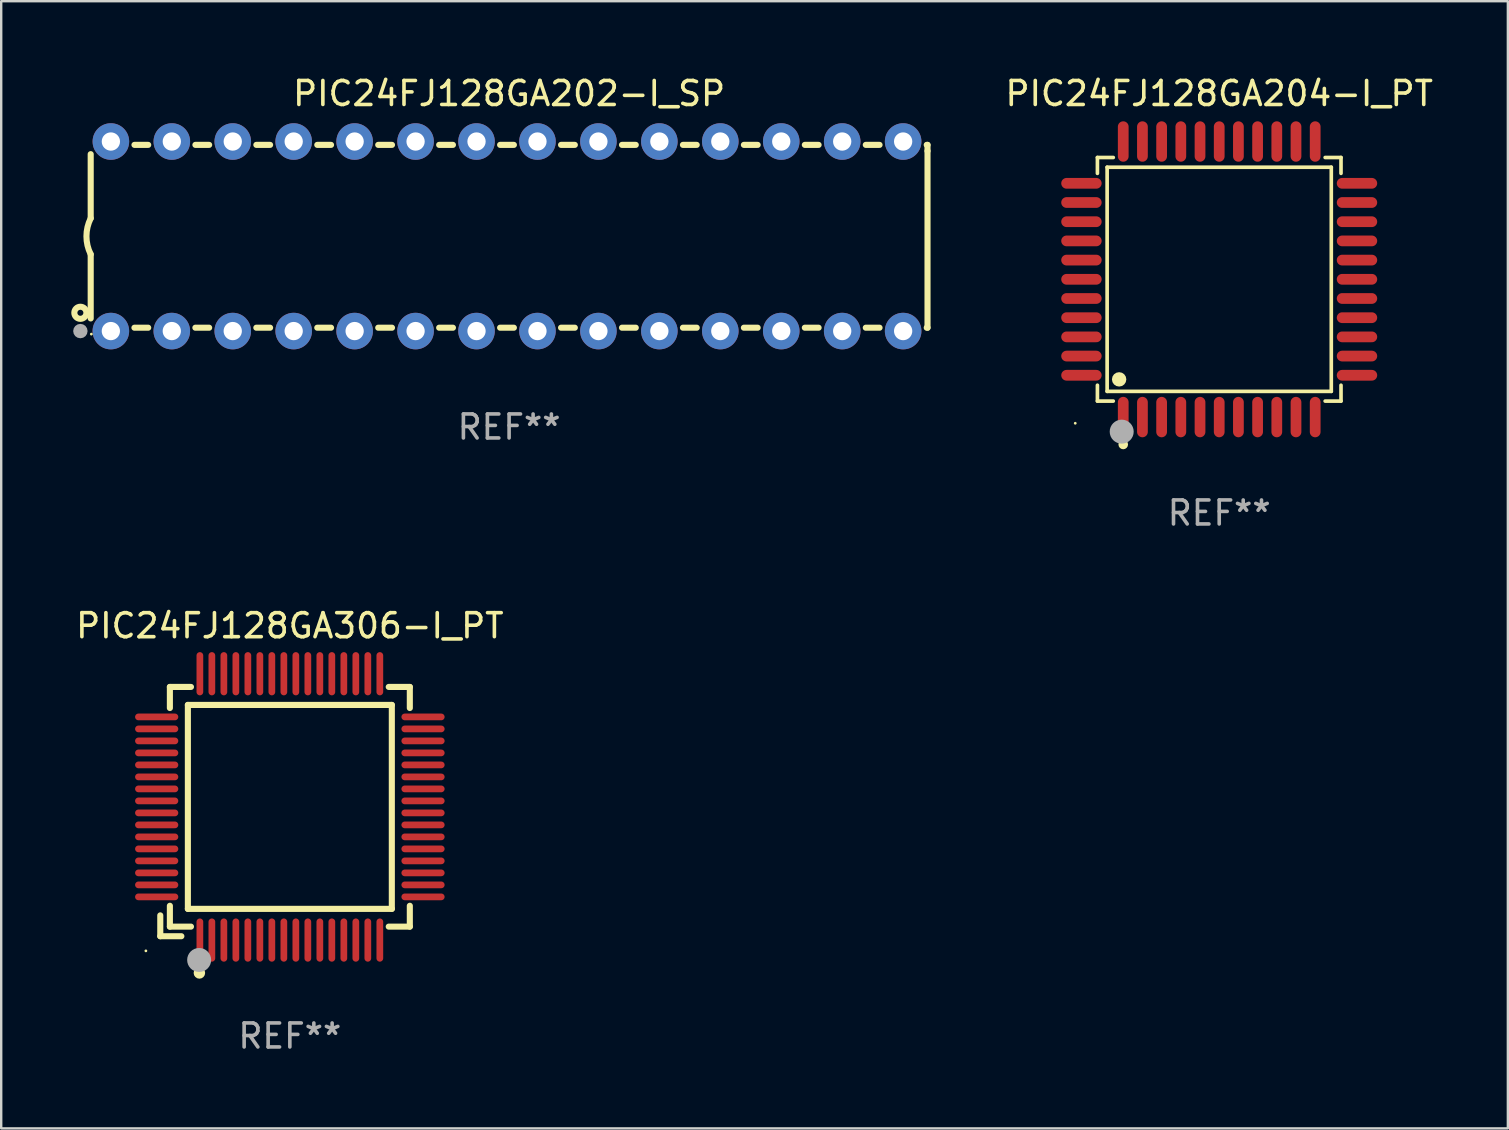
<source format=kicad_pcb>
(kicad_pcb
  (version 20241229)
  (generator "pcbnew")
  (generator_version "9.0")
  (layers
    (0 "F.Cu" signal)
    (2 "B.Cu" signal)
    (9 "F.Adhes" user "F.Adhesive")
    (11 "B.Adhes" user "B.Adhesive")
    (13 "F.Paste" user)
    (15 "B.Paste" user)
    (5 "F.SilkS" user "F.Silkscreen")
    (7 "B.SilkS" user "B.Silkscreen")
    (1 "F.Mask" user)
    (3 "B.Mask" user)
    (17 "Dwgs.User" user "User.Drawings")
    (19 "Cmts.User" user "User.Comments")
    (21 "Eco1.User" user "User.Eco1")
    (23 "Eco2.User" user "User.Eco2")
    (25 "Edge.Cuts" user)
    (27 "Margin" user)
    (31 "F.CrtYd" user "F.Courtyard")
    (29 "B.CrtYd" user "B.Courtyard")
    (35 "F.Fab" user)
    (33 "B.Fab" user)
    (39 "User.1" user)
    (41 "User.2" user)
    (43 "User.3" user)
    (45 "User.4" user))
  (footprint "PIC24FJ128GA306-I_PT"
    (layer "F.Cu")
    (at 9.03 30.579)
    (property "Reference" "PIC24FJ128GA306-I_PT" (at 0 -7.55 0) (layer "F.SilkS") (effects (font (size 1 1) (thickness 0.15))))
    (attr through_hole)
    (fp_line (start -5.4 4.521) (end -5.4 5.39) (stroke (width 0.254) (type solid)) (layer "F.SilkS"))
    (fp_line (start -5.4 5.39) (end -4.521 5.39) (stroke (width 0.254) (type solid)) (layer "F.SilkS"))
    (fp_line (start -5 -5) (end -5 -4.121) (stroke (width 0.254) (type solid)) (layer "F.SilkS"))
    (fp_line (start -5 4.121) (end -5 4.99) (stroke (width 0.254) (type solid)) (layer "F.SilkS"))
    (fp_line (start -5 4.99) (end -4.121 4.99) (stroke (width 0.254) (type solid)) (layer "F.SilkS"))
    (fp_line (start -4.25 -4.25) (end -4.25 4.25) (stroke (width 0.254) (type solid)) (layer "F.SilkS"))
    (fp_line (start -4.25 4.25) (end 4.25 4.25) (stroke (width 0.254) (type solid)) (layer "F.SilkS"))
    (fp_line (start -4.121 -5) (end -5 -5) (stroke (width 0.254) (type solid)) (layer "F.SilkS"))
    (fp_line (start 4.121 4.99) (end 5 4.99) (stroke (width 0.254) (type solid)) (layer "F.SilkS"))
    (fp_line (start 4.25 -4.25) (end -4.25 -4.25) (stroke (width 0.254) (type solid)) (layer "F.SilkS"))
    (fp_line (start 4.25 4.25) (end 4.25 -4.25) (stroke (width 0.254) (type solid)) (layer "F.SilkS"))
    (fp_line (start 5 -5) (end 4.121 -5) (stroke (width 0.254) (type solid)) (layer "F.SilkS"))
    (fp_line (start 5 -4.121) (end 5 -5) (stroke (width 0.254) (type solid)) (layer "F.SilkS"))
    (fp_line (start 5 4.99) (end 5 4.121) (stroke (width 0.254) (type solid)) (layer "F.SilkS"))
    (fp_circle (center -6 6) (end -5.97 6) (stroke (width 0.06) (type solid)) (fill no) (layer "F.SilkS"))
    (fp_circle (center -3.77 6.92) (end -3.65 6.92) (stroke (width 0.24) (type solid)) (fill no) (layer "F.SilkS"))
    (fp_circle (center -3.78 6.38) (end -3.53 6.38) (stroke (width 0.5) (type solid)) (fill no) (layer "F.Fab"))
    (fp_text user "REF**" (at 0 9.55 0) (layer "F.Fab") (effects (font (size 1 1) (thickness 0.15))))
    (pad "1" smd oval (at -3.75 5.55) (size 0.28 1.8) (layers "F.Cu" "F.Mask" "F.Paste"))
    (pad "2" smd oval (at -3.25 5.55) (size 0.28 1.8) (layers "F.Cu" "F.Mask" "F.Paste"))
    (pad "3" smd oval (at -2.75 5.55) (size 0.28 1.8) (layers "F.Cu" "F.Mask" "F.Paste"))
    (pad "4" smd oval (at -2.25 5.55) (size 0.28 1.8) (layers "F.Cu" "F.Mask" "F.Paste"))
    (pad "5" smd oval (at -1.75 5.55) (size 0.28 1.8) (layers "F.Cu" "F.Mask" "F.Paste"))
    (pad "6" smd oval (at -1.25 5.55) (size 0.28 1.8) (layers "F.Cu" "F.Mask" "F.Paste"))
    (pad "7" smd oval (at -0.75 5.55) (size 0.28 1.8) (layers "F.Cu" "F.Mask" "F.Paste"))
    (pad "8" smd oval (at -0.25 5.55) (size 0.28 1.8) (layers "F.Cu" "F.Mask" "F.Paste"))
    (pad "9" smd oval (at 0.25 5.55) (size 0.28 1.8) (layers "F.Cu" "F.Mask" "F.Paste"))
    (pad "10" smd oval (at 0.75 5.55) (size 0.28 1.8) (layers "F.Cu" "F.Mask" "F.Paste"))
    (pad "11" smd oval (at 1.25 5.55) (size 0.28 1.8) (layers "F.Cu" "F.Mask" "F.Paste"))
    (pad "12" smd oval (at 1.75 5.55) (size 0.28 1.8) (layers "F.Cu" "F.Mask" "F.Paste"))
    (pad "13" smd oval (at 2.25 5.55) (size 0.28 1.8) (layers "F.Cu" "F.Mask" "F.Paste"))
    (pad "14" smd oval (at 2.75 5.55) (size 0.28 1.8) (layers "F.Cu" "F.Mask" "F.Paste"))
    (pad "15" smd oval (at 3.25 5.55) (size 0.28 1.8) (layers "F.Cu" "F.Mask" "F.Paste"))
    (pad "16" smd oval (at 3.75 5.55) (size 0.28 1.8) (layers "F.Cu" "F.Mask" "F.Paste"))
    (pad "17" smd oval (at 5.55 3.75) (size 1.8 0.28) (layers "F.Cu" "F.Mask" "F.Paste"))
    (pad "18" smd oval (at 5.55 3.25) (size 1.8 0.28) (layers "F.Cu" "F.Mask" "F.Paste"))
    (pad "19" smd oval (at 5.55 2.75) (size 1.8 0.28) (layers "F.Cu" "F.Mask" "F.Paste"))
    (pad "20" smd oval (at 5.55 2.25) (size 1.8 0.28) (layers "F.Cu" "F.Mask" "F.Paste"))
    (pad "21" smd oval (at 5.55 1.75) (size 1.8 0.28) (layers "F.Cu" "F.Mask" "F.Paste"))
    (pad "22" smd oval (at 5.55 1.25) (size 1.8 0.28) (layers "F.Cu" "F.Mask" "F.Paste"))
    (pad "23" smd oval (at 5.55 0.75) (size 1.8 0.28) (layers "F.Cu" "F.Mask" "F.Paste"))
    (pad "24" smd oval (at 5.55 0.25) (size 1.8 0.28) (layers "F.Cu" "F.Mask" "F.Paste"))
    (pad "25" smd oval (at 5.55 -0.25) (size 1.8 0.28) (layers "F.Cu" "F.Mask" "F.Paste"))
    (pad "26" smd oval (at 5.55 -0.75) (size 1.8 0.28) (layers "F.Cu" "F.Mask" "F.Paste"))
    (pad "27" smd oval (at 5.55 -1.25) (size 1.8 0.28) (layers "F.Cu" "F.Mask" "F.Paste"))
    (pad "28" smd oval (at 5.55 -1.75) (size 1.8 0.28) (layers "F.Cu" "F.Mask" "F.Paste"))
    (pad "29" smd oval (at 5.55 -2.25) (size 1.8 0.28) (layers "F.Cu" "F.Mask" "F.Paste"))
    (pad "30" smd oval (at 5.55 -2.75) (size 1.8 0.28) (layers "F.Cu" "F.Mask" "F.Paste"))
    (pad "31" smd oval (at 5.55 -3.25) (size 1.8 0.28) (layers "F.Cu" "F.Mask" "F.Paste"))
    (pad "32" smd oval (at 5.55 -3.75) (size 1.8 0.28) (layers "F.Cu" "F.Mask" "F.Paste"))
    (pad "33" smd oval (at 3.75 -5.55) (size 0.28 1.8) (layers "F.Cu" "F.Mask" "F.Paste"))
    (pad "34" smd oval (at 3.25 -5.55) (size 0.28 1.8) (layers "F.Cu" "F.Mask" "F.Paste"))
    (pad "35" smd oval (at 2.75 -5.55) (size 0.28 1.8) (layers "F.Cu" "F.Mask" "F.Paste"))
    (pad "36" smd oval (at 2.25 -5.55) (size 0.28 1.8) (layers "F.Cu" "F.Mask" "F.Paste"))
    (pad "37" smd oval (at 1.75 -5.55) (size 0.28 1.8) (layers "F.Cu" "F.Mask" "F.Paste"))
    (pad "38" smd oval (at 1.25 -5.55) (size 0.28 1.8) (layers "F.Cu" "F.Mask" "F.Paste"))
    (pad "39" smd oval (at 0.75 -5.55) (size 0.28 1.8) (layers "F.Cu" "F.Mask" "F.Paste"))
    (pad "40" smd oval (at 0.25 -5.55) (size 0.28 1.8) (layers "F.Cu" "F.Mask" "F.Paste"))
    (pad "41" smd oval (at -0.25 -5.55) (size 0.28 1.8) (layers "F.Cu" "F.Mask" "F.Paste"))
    (pad "42" smd oval (at -0.75 -5.55) (size 0.28 1.8) (layers "F.Cu" "F.Mask" "F.Paste"))
    (pad "43" smd oval (at -1.25 -5.55) (size 0.28 1.8) (layers "F.Cu" "F.Mask" "F.Paste"))
    (pad "44" smd oval (at -1.75 -5.55) (size 0.28 1.8) (layers "F.Cu" "F.Mask" "F.Paste"))
    (pad "45" smd oval (at -2.25 -5.55) (size 0.28 1.8) (layers "F.Cu" "F.Mask" "F.Paste"))
    (pad "46" smd oval (at -2.75 -5.55) (size 0.28 1.8) (layers "F.Cu" "F.Mask" "F.Paste"))
    (pad "47" smd oval (at -3.25 -5.55) (size 0.28 1.8) (layers "F.Cu" "F.Mask" "F.Paste"))
    (pad "48" smd oval (at -3.75 -5.55) (size 0.28 1.8) (layers "F.Cu" "F.Mask" "F.Paste"))
    (pad "49" smd oval (at -5.55 -3.75) (size 1.8 0.28) (layers "F.Cu" "F.Mask" "F.Paste"))
    (pad "50" smd oval (at -5.55 -3.25) (size 1.8 0.28) (layers "F.Cu" "F.Mask" "F.Paste"))
    (pad "51" smd oval (at -5.55 -2.75) (size 1.8 0.28) (layers "F.Cu" "F.Mask" "F.Paste"))
    (pad "52" smd oval (at -5.55 -2.25) (size 1.8 0.28) (layers "F.Cu" "F.Mask" "F.Paste"))
    (pad "53" smd oval (at -5.55 -1.75) (size 1.8 0.28) (layers "F.Cu" "F.Mask" "F.Paste"))
    (pad "54" smd oval (at -5.55 -1.25) (size 1.8 0.28) (layers "F.Cu" "F.Mask" "F.Paste"))
    (pad "55" smd oval (at -5.55 -0.75) (size 1.8 0.28) (layers "F.Cu" "F.Mask" "F.Paste"))
    (pad "56" smd oval (at -5.55 -0.25) (size 1.8 0.28) (layers "F.Cu" "F.Mask" "F.Paste"))
    (pad "57" smd oval (at -5.55 0.25) (size 1.8 0.28) (layers "F.Cu" "F.Mask" "F.Paste"))
    (pad "58" smd oval (at -5.55 0.75) (size 1.8 0.28) (layers "F.Cu" "F.Mask" "F.Paste"))
    (pad "59" smd oval (at -5.55 1.25) (size 1.8 0.28) (layers "F.Cu" "F.Mask" "F.Paste"))
    (pad "60" smd oval (at -5.55 1.75) (size 1.8 0.28) (layers "F.Cu" "F.Mask" "F.Paste"))
    (pad "61" smd oval (at -5.55 2.25) (size 1.8 0.28) (layers "F.Cu" "F.Mask" "F.Paste"))
    (pad "62" smd oval (at -5.55 2.75) (size 1.8 0.28) (layers "F.Cu" "F.Mask" "F.Paste"))
    (pad "63" smd oval (at -5.55 3.25) (size 1.8 0.28) (layers "F.Cu" "F.Mask" "F.Paste"))
    (pad "64" smd oval (at -5.55 3.75) (size 1.8 0.28) (layers "F.Cu" "F.Mask" "F.Paste")))
  (footprint "PIC24FJ128GA204-I_PT"
    (layer "F.Cu")
    (at 47.763 8.59)
    (property "Reference" "PIC24FJ128GA204-I_PT" (at 0 -7.742 0) (layer "F.SilkS") (effects (font (size 1 1) (thickness 0.15))))
    (attr through_hole)
    (fp_line (start -5.076 -5.076) (end -4.415 -5.076) (stroke (width 0.152) (type solid)) (layer "F.SilkS"))
    (fp_line (start -5.076 -4.415) (end -5.076 -5.076) (stroke (width 0.152) (type solid)) (layer "F.SilkS"))
    (fp_line (start -5.076 4.415) (end -5.076 5.076) (stroke (width 0.152) (type solid)) (layer "F.SilkS"))
    (fp_line (start -5.076 5.076) (end -4.415 5.076) (stroke (width 0.152) (type solid)) (layer "F.SilkS"))
    (fp_line (start -4.671 -4.671) (end 4.671 -4.671) (stroke (width 0.152) (type solid)) (layer "F.SilkS"))
    (fp_line (start -4.671 4.671) (end -4.671 -4.671) (stroke (width 0.152) (type solid)) (layer "F.SilkS"))
    (fp_line (start 4.671 -4.671) (end 4.671 4.671) (stroke (width 0.152) (type solid)) (layer "F.SilkS"))
    (fp_line (start 4.671 4.671) (end -4.671 4.671) (stroke (width 0.152) (type solid)) (layer "F.SilkS"))
    (fp_line (start 5.076 -5.076) (end 4.415 -5.076) (stroke (width 0.152) (type solid)) (layer "F.SilkS"))
    (fp_line (start 5.076 -4.415) (end 5.076 -5.076) (stroke (width 0.152) (type solid)) (layer "F.SilkS"))
    (fp_line (start 5.076 4.415) (end 5.076 5.076) (stroke (width 0.152) (type solid)) (layer "F.SilkS"))
    (fp_line (start 5.076 5.076) (end 4.415 5.076) (stroke (width 0.152) (type solid)) (layer "F.SilkS"))
    (fp_circle (center -6 6) (end -5.97 6) (stroke (width 0.06) (type solid)) (fill no) (layer "F.SilkS"))
    (fp_circle (center -4.171 4.171) (end -4.021 4.171) (stroke (width 0.3) (type solid)) (fill no) (layer "F.SilkS"))
    (fp_circle (center -4 6.884) (end -3.9 6.884) (stroke (width 0.2) (type solid)) (fill no) (layer "F.SilkS"))
    (fp_circle (center -4.064 6.35) (end -3.814 6.35) (stroke (width 0.5) (type solid)) (fill no) (layer "F.Fab"))
    (fp_text user "REF**" (at 0 9.742 0) (layer "F.Fab") (effects (font (size 1 1) (thickness 0.15))))
    (pad "1" smd oval (at -4 5.742) (size 0.448 1.684) (layers "F.Cu" "F.Mask" "F.Paste"))
    (pad "2" smd oval (at -3.2 5.742) (size 0.448 1.684) (layers "F.Cu" "F.Mask" "F.Paste"))
    (pad "3" smd oval (at -2.4 5.742) (size 0.448 1.684) (layers "F.Cu" "F.Mask" "F.Paste"))
    (pad "4" smd oval (at -1.6 5.742) (size 0.448 1.684) (layers "F.Cu" "F.Mask" "F.Paste"))
    (pad "5" smd oval (at -0.8 5.742) (size 0.448 1.684) (layers "F.Cu" "F.Mask" "F.Paste"))
    (pad "6" smd oval (at 0 5.742) (size 0.448 1.684) (layers "F.Cu" "F.Mask" "F.Paste"))
    (pad "7" smd oval (at 0.8 5.742) (size 0.448 1.684) (layers "F.Cu" "F.Mask" "F.Paste"))
    (pad "8" smd oval (at 1.6 5.742) (size 0.448 1.684) (layers "F.Cu" "F.Mask" "F.Paste"))
    (pad "9" smd oval (at 2.4 5.742) (size 0.448 1.684) (layers "F.Cu" "F.Mask" "F.Paste"))
    (pad "10" smd oval (at 3.2 5.742) (size 0.448 1.684) (layers "F.Cu" "F.Mask" "F.Paste"))
    (pad "11" smd oval (at 4 5.742) (size 0.448 1.684) (layers "F.Cu" "F.Mask" "F.Paste"))
    (pad "12" smd oval (at 5.742 4) (size 1.684 0.448) (layers "F.Cu" "F.Mask" "F.Paste"))
    (pad "13" smd oval (at 5.742 3.2) (size 1.684 0.448) (layers "F.Cu" "F.Mask" "F.Paste"))
    (pad "14" smd oval (at 5.742 2.4) (size 1.684 0.448) (layers "F.Cu" "F.Mask" "F.Paste"))
    (pad "15" smd oval (at 5.742 1.6) (size 1.684 0.448) (layers "F.Cu" "F.Mask" "F.Paste"))
    (pad "16" smd oval (at 5.742 0.8) (size 1.684 0.448) (layers "F.Cu" "F.Mask" "F.Paste"))
    (pad "17" smd oval (at 5.742 0) (size 1.684 0.448) (layers "F.Cu" "F.Mask" "F.Paste"))
    (pad "18" smd oval (at 5.742 -0.8) (size 1.684 0.448) (layers "F.Cu" "F.Mask" "F.Paste"))
    (pad "19" smd oval (at 5.742 -1.6) (size 1.684 0.448) (layers "F.Cu" "F.Mask" "F.Paste"))
    (pad "20" smd oval (at 5.742 -2.4) (size 1.684 0.448) (layers "F.Cu" "F.Mask" "F.Paste"))
    (pad "21" smd oval (at 5.742 -3.2) (size 1.684 0.448) (layers "F.Cu" "F.Mask" "F.Paste"))
    (pad "22" smd oval (at 5.742 -4) (size 1.684 0.448) (layers "F.Cu" "F.Mask" "F.Paste"))
    (pad "23" smd oval (at 4 -5.742) (size 0.448 1.684) (layers "F.Cu" "F.Mask" "F.Paste"))
    (pad "24" smd oval (at 3.2 -5.742) (size 0.448 1.684) (layers "F.Cu" "F.Mask" "F.Paste"))
    (pad "25" smd oval (at 2.4 -5.742) (size 0.448 1.684) (layers "F.Cu" "F.Mask" "F.Paste"))
    (pad "26" smd oval (at 1.6 -5.742) (size 0.448 1.684) (layers "F.Cu" "F.Mask" "F.Paste"))
    (pad "27" smd oval (at 0.8 -5.742) (size 0.448 1.684) (layers "F.Cu" "F.Mask" "F.Paste"))
    (pad "28" smd oval (at 0 -5.742) (size 0.448 1.684) (layers "F.Cu" "F.Mask" "F.Paste"))
    (pad "29" smd oval (at -0.8 -5.742) (size 0.448 1.684) (layers "F.Cu" "F.Mask" "F.Paste"))
    (pad "30" smd oval (at -1.6 -5.742) (size 0.448 1.684) (layers "F.Cu" "F.Mask" "F.Paste"))
    (pad "31" smd oval (at -2.4 -5.742) (size 0.448 1.684) (layers "F.Cu" "F.Mask" "F.Paste"))
    (pad "32" smd oval (at -3.2 -5.742) (size 0.448 1.684) (layers "F.Cu" "F.Mask" "F.Paste"))
    (pad "33" smd oval (at -4 -5.742) (size 0.448 1.684) (layers "F.Cu" "F.Mask" "F.Paste"))
    (pad "34" smd oval (at -5.742 -4) (size 1.684 0.448) (layers "F.Cu" "F.Mask" "F.Paste"))
    (pad "35" smd oval (at -5.742 -3.2) (size 1.684 0.448) (layers "F.Cu" "F.Mask" "F.Paste"))
    (pad "36" smd oval (at -5.742 -2.4) (size 1.684 0.448) (layers "F.Cu" "F.Mask" "F.Paste"))
    (pad "37" smd oval (at -5.742 -1.6) (size 1.684 0.448) (layers "F.Cu" "F.Mask" "F.Paste"))
    (pad "38" smd oval (at -5.742 -0.8) (size 1.684 0.448) (layers "F.Cu" "F.Mask" "F.Paste"))
    (pad "39" smd oval (at -5.742 0) (size 1.684 0.448) (layers "F.Cu" "F.Mask" "F.Paste"))
    (pad "40" smd oval (at -5.742 0.8) (size 1.684 0.448) (layers "F.Cu" "F.Mask" "F.Paste"))
    (pad "41" smd oval (at -5.742 1.6) (size 1.684 0.448) (layers "F.Cu" "F.Mask" "F.Paste"))
    (pad "42" smd oval (at -5.742 2.4) (size 1.684 0.448) (layers "F.Cu" "F.Mask" "F.Paste"))
    (pad "43" smd oval (at -5.742 3.2) (size 1.684 0.448) (layers "F.Cu" "F.Mask" "F.Paste"))
    (pad "44" smd oval (at -5.742 4) (size 1.684 0.448) (layers "F.Cu" "F.Mask" "F.Paste")))
  (footprint "PIC24FJ128GA202-I_SP"
    (layer "F.Cu")
    (at 18.168 6.798)
    (property "Reference" "PIC24FJ128GA202-I_SP" (at 0 -5.95 0) (layer "F.SilkS") (effects (font (size 1 1) (thickness 0.15))))
    (attr through_hole)
    (fp_line (start -17.438 0.75) (end -17.438 3.423) (stroke (width 0.254) (type solid)) (layer "F.SilkS"))
    (fp_line (start -17.438 -3.423) (end -17.438 -0.75) (stroke (width 0.254) (type solid)) (layer "F.SilkS"))
    (fp_line (start -15.615 3.81) (end -15.041 3.81) (stroke (width 0.254) (type solid)) (layer "F.SilkS"))
    (fp_line (start -15.041 -3.81) (end -15.614 -3.81) (stroke (width 0.254) (type solid)) (layer "F.SilkS"))
    (fp_line (start -13.075 3.81) (end -12.501 3.81) (stroke (width 0.254) (type solid)) (layer "F.SilkS"))
    (fp_line (start -12.501 -3.81) (end -13.074 -3.81) (stroke (width 0.254) (type solid)) (layer "F.SilkS"))
    (fp_line (start -10.535 3.81) (end -9.961 3.81) (stroke (width 0.254) (type solid)) (layer "F.SilkS"))
    (fp_line (start -9.961 -3.81) (end -10.534 -3.81) (stroke (width 0.254) (type solid)) (layer "F.SilkS"))
    (fp_line (start -7.995 3.81) (end -7.421 3.81) (stroke (width 0.254) (type solid)) (layer "F.SilkS"))
    (fp_line (start -7.421 -3.81) (end -7.995 -3.81) (stroke (width 0.254) (type solid)) (layer "F.SilkS"))
    (fp_line (start -5.455 3.81) (end -4.881 3.81) (stroke (width 0.254) (type solid)) (layer "F.SilkS"))
    (fp_line (start -4.881 -3.81) (end -5.455 -3.81) (stroke (width 0.254) (type solid)) (layer "F.SilkS"))
    (fp_line (start -2.915 3.81) (end -2.341 3.81) (stroke (width 0.254) (type solid)) (layer "F.SilkS"))
    (fp_line (start -2.341 -3.81) (end -2.915 -3.81) (stroke (width 0.254) (type solid)) (layer "F.SilkS"))
    (fp_line (start -0.375 3.81) (end 0.199 3.81) (stroke (width 0.254) (type solid)) (layer "F.SilkS"))
    (fp_line (start 0.199 -3.81) (end -0.375 -3.81) (stroke (width 0.254) (type solid)) (layer "F.SilkS"))
    (fp_line (start 2.165 3.81) (end 2.739 3.81) (stroke (width 0.254) (type solid)) (layer "F.SilkS"))
    (fp_line (start 2.739 -3.81) (end 2.165 -3.81) (stroke (width 0.254) (type solid)) (layer "F.SilkS"))
    (fp_line (start 4.705 3.81) (end 5.279 3.81) (stroke (width 0.254) (type solid)) (layer "F.SilkS"))
    (fp_line (start 5.279 -3.81) (end 4.705 -3.81) (stroke (width 0.254) (type solid)) (layer "F.SilkS"))
    (fp_line (start 7.245 3.81) (end 7.819 3.81) (stroke (width 0.254) (type solid)) (layer "F.SilkS"))
    (fp_line (start 7.819 -3.81) (end 7.245 -3.81) (stroke (width 0.254) (type solid)) (layer "F.SilkS"))
    (fp_line (start 9.785 3.81) (end 10.359 3.81) (stroke (width 0.254) (type solid)) (layer "F.SilkS"))
    (fp_line (start 10.359 -3.81) (end 9.785 -3.81) (stroke (width 0.254) (type solid)) (layer "F.SilkS"))
    (fp_line (start 12.325 3.81) (end 12.899 3.81) (stroke (width 0.254) (type solid)) (layer "F.SilkS"))
    (fp_line (start 12.899 -3.81) (end 12.325 -3.81) (stroke (width 0.254) (type solid)) (layer "F.SilkS"))
    (fp_line (start 14.865 3.81) (end 15.439 3.81) (stroke (width 0.254) (type solid)) (layer "F.SilkS"))
    (fp_line (start 15.439 -3.81) (end 14.865 -3.81) (stroke (width 0.254) (type solid)) (layer "F.SilkS"))
    (fp_line (start 17.405 3.81) (end 17.438 3.81) (stroke (width 0.254) (type solid)) (layer "F.SilkS"))
    (fp_line (start 17.438 -3.81) (end 17.405 -3.81) (stroke (width 0.254) (type solid)) (layer "F.SilkS"))
    (fp_line (start 17.438 -3.556) (end 17.438 -3.81) (stroke (width 0.254) (type solid)) (layer "F.SilkS"))
    (fp_line (start 17.438 3.81) (end 17.438 -3.556) (stroke (width 0.254) (type solid)) (layer "F.SilkS"))
    (fp_arc (start -17.437986 0.749657) (mid -17.614887 -0.000024) (end -17.437783 -0.749657) (stroke (width 0.254001) (type solid)) (layer "F.SilkS"))
    (fp_circle (center -17.868 3.188) (end -17.743 3.188) (stroke (width 0.254) (type solid)) (fill no) (layer "F.SilkS"))
    (fp_circle (center -17.411 4.077) (end -17.381 4.077) (stroke (width 0.06) (type solid)) (fill no) (layer "F.SilkS"))
    (fp_circle (center -17.868 3.95) (end -17.718 3.95) (stroke (width 0.3) (type solid)) (fill no) (layer "F.Fab"))
    (fp_text user "REF**" (at 0 7.95 0) (layer "F.Fab") (effects (font (size 1 1) (thickness 0.15))))
    (pad "1" thru_hole circle (at -16.598 3.95) (size 1.524 1.524) (drill 0.762) (layers "*.Cu" "*.Mask"))
    (pad "2" thru_hole circle (at -14.058 3.95) (size 1.524 1.524) (drill 0.762) (layers "*.Cu" "*.Mask"))
    (pad "3" thru_hole circle (at -11.518 3.95) (size 1.524 1.524) (drill 0.762) (layers "*.Cu" "*.Mask"))
    (pad "4" thru_hole circle (at -8.978 3.95) (size 1.524 1.524) (drill 0.762) (layers "*.Cu" "*.Mask"))
    (pad "5" thru_hole circle (at -6.438 3.95) (size 1.524 1.524) (drill 0.762) (layers "*.Cu" "*.Mask"))
    (pad "6" thru_hole circle (at -3.898 3.95) (size 1.524 1.524) (drill 0.762) (layers "*.Cu" "*.Mask"))
    (pad "7" thru_hole circle (at -1.358 3.95) (size 1.524 1.524) (drill 0.762) (layers "*.Cu" "*.Mask"))
    (pad "8" thru_hole circle (at 1.182 3.95) (size 1.524 1.524) (drill 0.762) (layers "*.Cu" "*.Mask"))
    (pad "9" thru_hole circle (at 3.722 3.95) (size 1.524 1.524) (drill 0.762) (layers "*.Cu" "*.Mask"))
    (pad "10" thru_hole circle (at 6.262 3.95) (size 1.524 1.524) (drill 0.762) (layers "*.Cu" "*.Mask"))
    (pad "11" thru_hole circle (at 8.802 3.95) (size 1.524 1.524) (drill 0.762) (layers "*.Cu" "*.Mask"))
    (pad "12" thru_hole circle (at 11.342 3.95) (size 1.524 1.524) (drill 0.762) (layers "*.Cu" "*.Mask"))
    (pad "13" thru_hole circle (at 13.882 3.95) (size 1.524 1.524) (drill 0.762) (layers "*.Cu" "*.Mask"))
    (pad "14" thru_hole circle (at 16.422 3.95) (size 1.524 1.524) (drill 0.762) (layers "*.Cu" "*.Mask"))
    (pad "15" thru_hole circle (at 16.422 -3.95) (size 1.524 1.524) (drill 0.762) (layers "*.Cu" "*.Mask"))
    (pad "16" thru_hole circle (at 13.882 -3.95) (size 1.524 1.524) (drill 0.762) (layers "*.Cu" "*.Mask"))
    (pad "17" thru_hole circle (at 11.342 -3.95) (size 1.524 1.524) (drill 0.762) (layers "*.Cu" "*.Mask"))
    (pad "18" thru_hole circle (at 8.802 -3.95) (size 1.524 1.524) (drill 0.762) (layers "*.Cu" "*.Mask"))
    (pad "19" thru_hole circle (at 6.262 -3.95) (size 1.524 1.524) (drill 0.762) (layers "*.Cu" "*.Mask"))
    (pad "20" thru_hole circle (at 3.722 -3.95) (size 1.524 1.524) (drill 0.762) (layers "*.Cu" "*.Mask"))
    (pad "21" thru_hole circle (at 1.182 -3.95) (size 1.524 1.524) (drill 0.762) (layers "*.Cu" "*.Mask"))
    (pad "22" thru_hole circle (at -1.358 -3.95) (size 1.524 1.524) (drill 0.762) (layers "*.Cu" "*.Mask"))
    (pad "23" thru_hole circle (at -3.898 -3.95) (size 1.524 1.524) (drill 0.762) (layers "*.Cu" "*.Mask"))
    (pad "24" thru_hole circle (at -6.438 -3.95) (size 1.524 1.524) (drill 0.762) (layers "*.Cu" "*.Mask"))
    (pad "25" thru_hole circle (at -8.978 -3.95) (size 1.524 1.524) (drill 0.762) (layers "*.Cu" "*.Mask"))
    (pad "26" thru_hole circle (at -11.517 -3.95) (size 1.524 1.524) (drill 0.762) (layers "*.Cu" "*.Mask"))
    (pad "27" thru_hole circle (at -14.057 -3.95) (size 1.524 1.524) (drill 0.762) (layers "*.Cu" "*.Mask"))
    (pad "28" thru_hole circle (at -16.597 -3.95) (size 1.524 1.524) (drill 0.762) (layers "*.Cu" "*.Mask")))
  (gr_rect
    (start -3 -3)
    (end 59.793 43.977)
    (stroke (width 0.1) (type default))
    (fill no)
    (layer "Edge.Cuts")))
</source>
